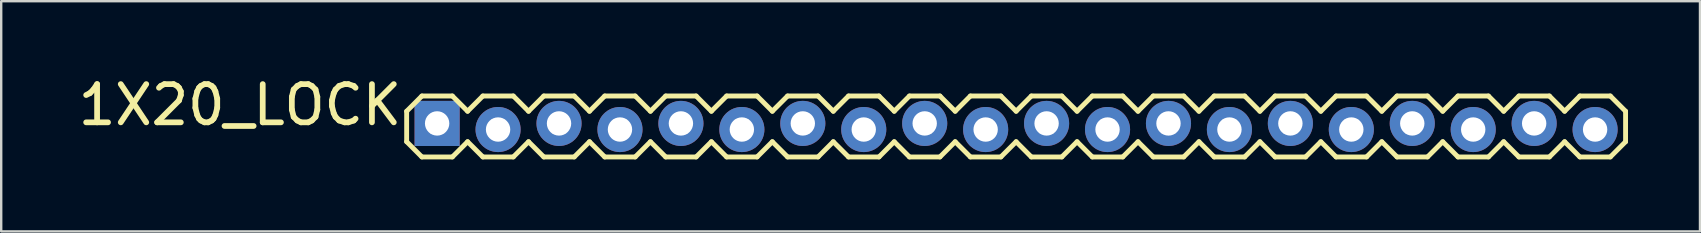
<source format=kicad_pcb>
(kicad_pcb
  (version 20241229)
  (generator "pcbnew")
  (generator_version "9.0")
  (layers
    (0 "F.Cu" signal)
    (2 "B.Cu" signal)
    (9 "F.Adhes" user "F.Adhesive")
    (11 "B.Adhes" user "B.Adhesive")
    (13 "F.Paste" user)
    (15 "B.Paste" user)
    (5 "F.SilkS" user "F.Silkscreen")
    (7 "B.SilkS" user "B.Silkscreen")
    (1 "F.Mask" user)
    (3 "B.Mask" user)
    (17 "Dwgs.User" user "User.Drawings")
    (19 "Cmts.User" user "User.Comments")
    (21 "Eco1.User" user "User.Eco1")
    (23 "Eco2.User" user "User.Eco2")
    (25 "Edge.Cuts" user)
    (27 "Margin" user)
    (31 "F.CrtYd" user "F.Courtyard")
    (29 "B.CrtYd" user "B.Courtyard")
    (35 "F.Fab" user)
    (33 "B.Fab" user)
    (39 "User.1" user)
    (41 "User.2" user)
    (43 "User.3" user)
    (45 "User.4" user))
  (footprint "1X20_LOCK"
    (layer "F.Cu")
    (at 15.168 2.221)
    (property "Reference" "1X20_LOCK" (at -1.346 -1.829 180) (layer "F.SilkS") (effects (font (size 1.593 1.593) (thickness 0.239)) (justify right top)))
    (attr through_hole)
    (fp_line (start -1.27 -0.635) (end -1.27 0.635) (stroke (width 0.203) (type solid)) (layer "F.SilkS"))
    (fp_line (start -1.27 0.635) (end -0.635 1.27) (stroke (width 0.203) (type solid)) (layer "F.SilkS"))
    (fp_line (start -0.635 -1.27) (end -1.27 -0.635) (stroke (width 0.203) (type solid)) (layer "F.SilkS"))
    (fp_line (start -0.635 -1.27) (end 0.635 -1.27) (stroke (width 0.203) (type solid)) (layer "F.SilkS"))
    (fp_line (start 0.635 -1.27) (end 1.27 -0.635) (stroke (width 0.203) (type solid)) (layer "F.SilkS"))
    (fp_line (start 0.635 1.27) (end -0.635 1.27) (stroke (width 0.203) (type solid)) (layer "F.SilkS"))
    (fp_line (start 1.27 -0.635) (end 1.905 -1.27) (stroke (width 0.203) (type solid)) (layer "F.SilkS"))
    (fp_line (start 1.27 0.635) (end 0.635 1.27) (stroke (width 0.203) (type solid)) (layer "F.SilkS"))
    (fp_line (start 1.905 -1.27) (end 3.175 -1.27) (stroke (width 0.203) (type solid)) (layer "F.SilkS"))
    (fp_line (start 1.905 1.27) (end 1.27 0.635) (stroke (width 0.203) (type solid)) (layer "F.SilkS"))
    (fp_line (start 3.175 -1.27) (end 3.81 -0.635) (stroke (width 0.203) (type solid)) (layer "F.SilkS"))
    (fp_line (start 3.175 1.27) (end 1.905 1.27) (stroke (width 0.203) (type solid)) (layer "F.SilkS"))
    (fp_line (start 3.81 -0.635) (end 4.445 -1.27) (stroke (width 0.203) (type solid)) (layer "F.SilkS"))
    (fp_line (start 3.81 0.635) (end 3.175 1.27) (stroke (width 0.203) (type solid)) (layer "F.SilkS"))
    (fp_line (start 4.445 -1.27) (end 5.715 -1.27) (stroke (width 0.203) (type solid)) (layer "F.SilkS"))
    (fp_line (start 4.445 1.27) (end 3.81 0.635) (stroke (width 0.203) (type solid)) (layer "F.SilkS"))
    (fp_line (start 5.715 -1.27) (end 6.35 -0.635) (stroke (width 0.203) (type solid)) (layer "F.SilkS"))
    (fp_line (start 5.715 1.27) (end 4.445 1.27) (stroke (width 0.203) (type solid)) (layer "F.SilkS"))
    (fp_line (start 6.35 0.635) (end 5.715 1.27) (stroke (width 0.203) (type solid)) (layer "F.SilkS"))
    (fp_line (start 6.35 0.635) (end 6.985 1.27) (stroke (width 0.203) (type solid)) (layer "F.SilkS"))
    (fp_line (start 6.985 -1.27) (end 6.35 -0.635) (stroke (width 0.203) (type solid)) (layer "F.SilkS"))
    (fp_line (start 6.985 -1.27) (end 8.255 -1.27) (stroke (width 0.203) (type solid)) (layer "F.SilkS"))
    (fp_line (start 8.255 -1.27) (end 8.89 -0.635) (stroke (width 0.203) (type solid)) (layer "F.SilkS"))
    (fp_line (start 8.255 1.27) (end 6.985 1.27) (stroke (width 0.203) (type solid)) (layer "F.SilkS"))
    (fp_line (start 8.89 -0.635) (end 9.525 -1.27) (stroke (width 0.203) (type solid)) (layer "F.SilkS"))
    (fp_line (start 8.89 0.635) (end 8.255 1.27) (stroke (width 0.203) (type solid)) (layer "F.SilkS"))
    (fp_line (start 9.525 -1.27) (end 10.795 -1.27) (stroke (width 0.203) (type solid)) (layer "F.SilkS"))
    (fp_line (start 9.525 1.27) (end 8.89 0.635) (stroke (width 0.203) (type solid)) (layer "F.SilkS"))
    (fp_line (start 10.795 -1.27) (end 11.43 -0.635) (stroke (width 0.203) (type solid)) (layer "F.SilkS"))
    (fp_line (start 10.795 1.27) (end 9.525 1.27) (stroke (width 0.203) (type solid)) (layer "F.SilkS"))
    (fp_line (start 11.43 -0.635) (end 12.065 -1.27) (stroke (width 0.203) (type solid)) (layer "F.SilkS"))
    (fp_line (start 11.43 0.635) (end 10.795 1.27) (stroke (width 0.203) (type solid)) (layer "F.SilkS"))
    (fp_line (start 12.065 -1.27) (end 13.335 -1.27) (stroke (width 0.203) (type solid)) (layer "F.SilkS"))
    (fp_line (start 12.065 1.27) (end 11.43 0.635) (stroke (width 0.203) (type solid)) (layer "F.SilkS"))
    (fp_line (start 13.335 -1.27) (end 13.97 -0.635) (stroke (width 0.203) (type solid)) (layer "F.SilkS"))
    (fp_line (start 13.335 1.27) (end 12.065 1.27) (stroke (width 0.203) (type solid)) (layer "F.SilkS"))
    (fp_line (start 13.97 0.635) (end 13.335 1.27) (stroke (width 0.203) (type solid)) (layer "F.SilkS"))
    (fp_line (start 13.97 0.635) (end 14.605 1.27) (stroke (width 0.203) (type solid)) (layer "F.SilkS"))
    (fp_line (start 14.605 -1.27) (end 13.97 -0.635) (stroke (width 0.203) (type solid)) (layer "F.SilkS"))
    (fp_line (start 14.605 -1.27) (end 15.875 -1.27) (stroke (width 0.203) (type solid)) (layer "F.SilkS"))
    (fp_line (start 15.875 -1.27) (end 16.51 -0.635) (stroke (width 0.203) (type solid)) (layer "F.SilkS"))
    (fp_line (start 15.875 1.27) (end 14.605 1.27) (stroke (width 0.203) (type solid)) (layer "F.SilkS"))
    (fp_line (start 16.51 0.635) (end 15.875 1.27) (stroke (width 0.203) (type solid)) (layer "F.SilkS"))
    (fp_line (start 16.51 0.635) (end 17.145 1.27) (stroke (width 0.203) (type solid)) (layer "F.SilkS"))
    (fp_line (start 17.145 -1.27) (end 16.51 -0.635) (stroke (width 0.203) (type solid)) (layer "F.SilkS"))
    (fp_line (start 17.145 -1.27) (end 18.415 -1.27) (stroke (width 0.203) (type solid)) (layer "F.SilkS"))
    (fp_line (start 18.415 -1.27) (end 19.05 -0.635) (stroke (width 0.203) (type solid)) (layer "F.SilkS"))
    (fp_line (start 18.415 1.27) (end 17.145 1.27) (stroke (width 0.203) (type solid)) (layer "F.SilkS"))
    (fp_line (start 19.05 -0.635) (end 19.685 -1.27) (stroke (width 0.203) (type solid)) (layer "F.SilkS"))
    (fp_line (start 19.05 0.635) (end 18.415 1.27) (stroke (width 0.203) (type solid)) (layer "F.SilkS"))
    (fp_line (start 19.685 -1.27) (end 20.955 -1.27) (stroke (width 0.203) (type solid)) (layer "F.SilkS"))
    (fp_line (start 19.685 1.27) (end 19.05 0.635) (stroke (width 0.203) (type solid)) (layer "F.SilkS"))
    (fp_line (start 20.955 -1.27) (end 21.59 -0.635) (stroke (width 0.203) (type solid)) (layer "F.SilkS"))
    (fp_line (start 20.955 1.27) (end 19.685 1.27) (stroke (width 0.203) (type solid)) (layer "F.SilkS"))
    (fp_line (start 21.59 -0.635) (end 22.225 -1.27) (stroke (width 0.203) (type solid)) (layer "F.SilkS"))
    (fp_line (start 21.59 0.635) (end 20.955 1.27) (stroke (width 0.203) (type solid)) (layer "F.SilkS"))
    (fp_line (start 22.225 -1.27) (end 23.495 -1.27) (stroke (width 0.203) (type solid)) (layer "F.SilkS"))
    (fp_line (start 22.225 1.27) (end 21.59 0.635) (stroke (width 0.203) (type solid)) (layer "F.SilkS"))
    (fp_line (start 23.495 -1.27) (end 24.13 -0.635) (stroke (width 0.203) (type solid)) (layer "F.SilkS"))
    (fp_line (start 23.495 1.27) (end 22.225 1.27) (stroke (width 0.203) (type solid)) (layer "F.SilkS"))
    (fp_line (start 24.13 0.635) (end 23.495 1.27) (stroke (width 0.203) (type solid)) (layer "F.SilkS"))
    (fp_line (start 24.13 0.635) (end 24.765 1.27) (stroke (width 0.203) (type solid)) (layer "F.SilkS"))
    (fp_line (start 24.765 -1.27) (end 24.13 -0.635) (stroke (width 0.203) (type solid)) (layer "F.SilkS"))
    (fp_line (start 24.765 -1.27) (end 26.035 -1.27) (stroke (width 0.203) (type solid)) (layer "F.SilkS"))
    (fp_line (start 26.035 -1.27) (end 26.67 -0.635) (stroke (width 0.203) (type solid)) (layer "F.SilkS"))
    (fp_line (start 26.035 1.27) (end 24.765 1.27) (stroke (width 0.203) (type solid)) (layer "F.SilkS"))
    (fp_line (start 26.67 -0.635) (end 27.305 -1.27) (stroke (width 0.203) (type solid)) (layer "F.SilkS"))
    (fp_line (start 26.67 0.635) (end 26.035 1.27) (stroke (width 0.203) (type solid)) (layer "F.SilkS"))
    (fp_line (start 27.305 -1.27) (end 28.575 -1.27) (stroke (width 0.203) (type solid)) (layer "F.SilkS"))
    (fp_line (start 27.305 1.27) (end 26.67 0.635) (stroke (width 0.203) (type solid)) (layer "F.SilkS"))
    (fp_line (start 28.575 -1.27) (end 29.21 -0.635) (stroke (width 0.203) (type solid)) (layer "F.SilkS"))
    (fp_line (start 28.575 1.27) (end 27.305 1.27) (stroke (width 0.203) (type solid)) (layer "F.SilkS"))
    (fp_line (start 29.21 -0.635) (end 29.845 -1.27) (stroke (width 0.203) (type solid)) (layer "F.SilkS"))
    (fp_line (start 29.21 0.635) (end 28.575 1.27) (stroke (width 0.203) (type solid)) (layer "F.SilkS"))
    (fp_line (start 29.845 -1.27) (end 31.115 -1.27) (stroke (width 0.203) (type solid)) (layer "F.SilkS"))
    (fp_line (start 29.845 1.27) (end 29.21 0.635) (stroke (width 0.203) (type solid)) (layer "F.SilkS"))
    (fp_line (start 31.115 -1.27) (end 31.75 -0.635) (stroke (width 0.203) (type solid)) (layer "F.SilkS"))
    (fp_line (start 31.115 1.27) (end 29.845 1.27) (stroke (width 0.203) (type solid)) (layer "F.SilkS"))
    (fp_line (start 31.75 0.635) (end 31.115 1.27) (stroke (width 0.203) (type solid)) (layer "F.SilkS"))
    (fp_line (start 31.75 0.635) (end 32.385 1.27) (stroke (width 0.203) (type solid)) (layer "F.SilkS"))
    (fp_line (start 32.385 -1.27) (end 31.75 -0.635) (stroke (width 0.203) (type solid)) (layer "F.SilkS"))
    (fp_line (start 32.385 -1.27) (end 33.655 -1.27) (stroke (width 0.203) (type solid)) (layer "F.SilkS"))
    (fp_line (start 33.655 -1.27) (end 34.29 -0.635) (stroke (width 0.203) (type solid)) (layer "F.SilkS"))
    (fp_line (start 33.655 1.27) (end 32.385 1.27) (stroke (width 0.203) (type solid)) (layer "F.SilkS"))
    (fp_line (start 34.29 0.635) (end 33.655 1.27) (stroke (width 0.203) (type solid)) (layer "F.SilkS"))
    (fp_line (start 34.29 0.635) (end 34.925 1.27) (stroke (width 0.203) (type solid)) (layer "F.SilkS"))
    (fp_line (start 34.925 -1.27) (end 34.29 -0.635) (stroke (width 0.203) (type solid)) (layer "F.SilkS"))
    (fp_line (start 34.925 -1.27) (end 36.195 -1.27) (stroke (width 0.203) (type solid)) (layer "F.SilkS"))
    (fp_line (start 36.195 -1.27) (end 36.83 -0.635) (stroke (width 0.203) (type solid)) (layer "F.SilkS"))
    (fp_line (start 36.195 1.27) (end 34.925 1.27) (stroke (width 0.203) (type solid)) (layer "F.SilkS"))
    (fp_line (start 36.83 0.635) (end 36.195 1.27) (stroke (width 0.203) (type solid)) (layer "F.SilkS"))
    (fp_line (start 36.83 0.635) (end 37.465 1.27) (stroke (width 0.203) (type solid)) (layer "F.SilkS"))
    (fp_line (start 37.465 -1.27) (end 36.83 -0.635) (stroke (width 0.203) (type solid)) (layer "F.SilkS"))
    (fp_line (start 37.465 -1.27) (end 38.735 -1.27) (stroke (width 0.203) (type solid)) (layer "F.SilkS"))
    (fp_line (start 38.735 -1.27) (end 39.37 -0.635) (stroke (width 0.203) (type solid)) (layer "F.SilkS"))
    (fp_line (start 38.735 1.27) (end 37.465 1.27) (stroke (width 0.203) (type solid)) (layer "F.SilkS"))
    (fp_line (start 39.37 0.635) (end 38.735 1.27) (stroke (width 0.203) (type solid)) (layer "F.SilkS"))
    (fp_line (start 39.37 0.635) (end 40.005 1.27) (stroke (width 0.203) (type solid)) (layer "F.SilkS"))
    (fp_line (start 40.005 -1.27) (end 39.37 -0.635) (stroke (width 0.203) (type solid)) (layer "F.SilkS"))
    (fp_line (start 40.005 -1.27) (end 41.275 -1.27) (stroke (width 0.203) (type solid)) (layer "F.SilkS"))
    (fp_line (start 41.275 -1.27) (end 41.91 -0.635) (stroke (width 0.203) (type solid)) (layer "F.SilkS"))
    (fp_line (start 41.275 1.27) (end 40.005 1.27) (stroke (width 0.203) (type solid)) (layer "F.SilkS"))
    (fp_line (start 41.91 0.635) (end 41.275 1.27) (stroke (width 0.203) (type solid)) (layer "F.SilkS"))
    (fp_line (start 41.91 0.635) (end 42.545 1.27) (stroke (width 0.203) (type solid)) (layer "F.SilkS"))
    (fp_line (start 42.545 -1.27) (end 41.91 -0.635) (stroke (width 0.203) (type solid)) (layer "F.SilkS"))
    (fp_line (start 42.545 -1.27) (end 43.815 -1.27) (stroke (width 0.203) (type solid)) (layer "F.SilkS"))
    (fp_line (start 43.815 -1.27) (end 44.45 -0.635) (stroke (width 0.203) (type solid)) (layer "F.SilkS"))
    (fp_line (start 43.815 1.27) (end 42.545 1.27) (stroke (width 0.203) (type solid)) (layer "F.SilkS"))
    (fp_line (start 44.45 0.635) (end 43.815 1.27) (stroke (width 0.203) (type solid)) (layer "F.SilkS"))
    (fp_line (start 44.45 0.635) (end 45.085 1.27) (stroke (width 0.203) (type solid)) (layer "F.SilkS"))
    (fp_line (start 45.085 -1.27) (end 44.45 -0.635) (stroke (width 0.203) (type solid)) (layer "F.SilkS"))
    (fp_line (start 45.085 -1.27) (end 46.355 -1.27) (stroke (width 0.203) (type solid)) (layer "F.SilkS"))
    (fp_line (start 46.355 -1.27) (end 46.99 -0.635) (stroke (width 0.203) (type solid)) (layer "F.SilkS"))
    (fp_line (start 46.355 1.27) (end 45.085 1.27) (stroke (width 0.203) (type solid)) (layer "F.SilkS"))
    (fp_line (start 46.99 0.635) (end 46.355 1.27) (stroke (width 0.203) (type solid)) (layer "F.SilkS"))
    (fp_line (start 46.99 0.635) (end 47.625 1.27) (stroke (width 0.203) (type solid)) (layer "F.SilkS"))
    (fp_line (start 47.625 -1.27) (end 46.99 -0.635) (stroke (width 0.203) (type solid)) (layer "F.SilkS"))
    (fp_line (start 47.625 -1.27) (end 48.895 -1.27) (stroke (width 0.203) (type solid)) (layer "F.SilkS"))
    (fp_line (start 48.895 -1.27) (end 49.53 -0.635) (stroke (width 0.203) (type solid)) (layer "F.SilkS"))
    (fp_line (start 48.895 1.27) (end 47.625 1.27) (stroke (width 0.203) (type solid)) (layer "F.SilkS"))
    (fp_line (start 49.53 -0.635) (end 49.53 0.635) (stroke (width 0.203) (type solid)) (layer "F.SilkS"))
    (fp_line (start 49.53 0.635) (end 48.895 1.27) (stroke (width 0.203) (type solid)) (layer "F.SilkS"))
    (fp_poly (pts (xy -0.254 0.254) (xy 0.254 0.254) (xy 0.254 -0.254) (xy -0.254 -0.254)) (stroke (width 0.1) (type solid)) (fill no) (layer "F.Fab"))
    (fp_poly (pts (xy 2.286 0.254) (xy 2.794 0.254) (xy 2.794 -0.254) (xy 2.286 -0.254)) (stroke (width 0.1) (type solid)) (fill no) (layer "F.Fab"))
    (fp_poly (pts (xy 4.826 0.254) (xy 5.334 0.254) (xy 5.334 -0.254) (xy 4.826 -0.254)) (stroke (width 0.1) (type solid)) (fill no) (layer "F.Fab"))
    (fp_poly (pts (xy 7.366 0.254) (xy 7.874 0.254) (xy 7.874 -0.254) (xy 7.366 -0.254)) (stroke (width 0.1) (type solid)) (fill no) (layer "F.Fab"))
    (fp_poly (pts (xy 9.906 0.254) (xy 10.414 0.254) (xy 10.414 -0.254) (xy 9.906 -0.254)) (stroke (width 0.1) (type solid)) (fill no) (layer "F.Fab"))
    (fp_poly (pts (xy 12.446 0.254) (xy 12.954 0.254) (xy 12.954 -0.254) (xy 12.446 -0.254)) (stroke (width 0.1) (type solid)) (fill no) (layer "F.Fab"))
    (fp_poly (pts (xy 14.986 0.254) (xy 15.494 0.254) (xy 15.494 -0.254) (xy 14.986 -0.254)) (stroke (width 0.1) (type solid)) (fill no) (layer "F.Fab"))
    (fp_poly (pts (xy 17.526 0.254) (xy 18.034 0.254) (xy 18.034 -0.254) (xy 17.526 -0.254)) (stroke (width 0.1) (type solid)) (fill no) (layer "F.Fab"))
    (fp_poly (pts (xy 20.066 0.254) (xy 20.574 0.254) (xy 20.574 -0.254) (xy 20.066 -0.254)) (stroke (width 0.1) (type solid)) (fill no) (layer "F.Fab"))
    (fp_poly (pts (xy 22.606 0.254) (xy 23.114 0.254) (xy 23.114 -0.254) (xy 22.606 -0.254)) (stroke (width 0.1) (type solid)) (fill no) (layer "F.Fab"))
    (fp_poly (pts (xy 25.146 0.254) (xy 25.654 0.254) (xy 25.654 -0.254) (xy 25.146 -0.254)) (stroke (width 0.1) (type solid)) (fill no) (layer "F.Fab"))
    (fp_poly (pts (xy 27.686 0.254) (xy 28.194 0.254) (xy 28.194 -0.254) (xy 27.686 -0.254)) (stroke (width 0.1) (type solid)) (fill no) (layer "F.Fab"))
    (fp_poly (pts (xy 30.226 0.254) (xy 30.734 0.254) (xy 30.734 -0.254) (xy 30.226 -0.254)) (stroke (width 0.1) (type solid)) (fill no) (layer "F.Fab"))
    (fp_poly (pts (xy 32.766 0.254) (xy 33.274 0.254) (xy 33.274 -0.254) (xy 32.766 -0.254)) (stroke (width 0.1) (type solid)) (fill no) (layer "F.Fab"))
    (fp_poly (pts (xy 35.306 0.254) (xy 35.814 0.254) (xy 35.814 -0.254) (xy 35.306 -0.254)) (stroke (width 0.1) (type solid)) (fill no) (layer "F.Fab"))
    (fp_poly (pts (xy 37.846 0.254) (xy 38.354 0.254) (xy 38.354 -0.254) (xy 37.846 -0.254)) (stroke (width 0.1) (type solid)) (fill no) (layer "F.Fab"))
    (fp_poly (pts (xy 40.386 0.254) (xy 40.894 0.254) (xy 40.894 -0.254) (xy 40.386 -0.254)) (stroke (width 0.1) (type solid)) (fill no) (layer "F.Fab"))
    (fp_poly (pts (xy 42.926 0.254) (xy 43.434 0.254) (xy 43.434 -0.254) (xy 42.926 -0.254)) (stroke (width 0.1) (type solid)) (fill no) (layer "F.Fab"))
    (fp_poly (pts (xy 45.466 0.254) (xy 45.974 0.254) (xy 45.974 -0.254) (xy 45.466 -0.254)) (stroke (width 0.1) (type solid)) (fill no) (layer "F.Fab"))
    (fp_poly (pts (xy 48.006 0.254) (xy 48.514 0.254) (xy 48.514 -0.254) (xy 48.006 -0.254)) (stroke (width 0.1) (type solid)) (fill no) (layer "F.Fab"))
    (pad "1" thru_hole rect (at 0 -0.127 90) (size 1.88 1.88) (drill 1.016) (layers "*.Cu" "*.Mask"))
    (pad "2" thru_hole circle (at 2.54 0.127 90) (size 1.88 1.88) (drill 1.016) (layers "*.Cu" "*.Mask"))
    (pad "3" thru_hole circle (at 5.08 -0.127 90) (size 1.88 1.88) (drill 1.016) (layers "*.Cu" "*.Mask"))
    (pad "4" thru_hole circle (at 7.62 0.127 90) (size 1.88 1.88) (drill 1.016) (layers "*.Cu" "*.Mask"))
    (pad "5" thru_hole circle (at 10.16 -0.127 90) (size 1.88 1.88) (drill 1.016) (layers "*.Cu" "*.Mask"))
    (pad "6" thru_hole circle (at 12.7 0.127 90) (size 1.88 1.88) (drill 1.016) (layers "*.Cu" "*.Mask"))
    (pad "7" thru_hole circle (at 15.24 -0.127 90) (size 1.88 1.88) (drill 1.016) (layers "*.Cu" "*.Mask"))
    (pad "8" thru_hole circle (at 17.78 0.127 90) (size 1.88 1.88) (drill 1.016) (layers "*.Cu" "*.Mask"))
    (pad "9" thru_hole circle (at 20.32 -0.127 90) (size 1.88 1.88) (drill 1.016) (layers "*.Cu" "*.Mask"))
    (pad "10" thru_hole circle (at 22.86 0.127 90) (size 1.88 1.88) (drill 1.016) (layers "*.Cu" "*.Mask"))
    (pad "11" thru_hole circle (at 25.4 -0.127 90) (size 1.88 1.88) (drill 1.016) (layers "*.Cu" "*.Mask"))
    (pad "12" thru_hole circle (at 27.94 0.127 90) (size 1.88 1.88) (drill 1.016) (layers "*.Cu" "*.Mask"))
    (pad "13" thru_hole circle (at 30.48 -0.127 90) (size 1.88 1.88) (drill 1.016) (layers "*.Cu" "*.Mask"))
    (pad "14" thru_hole circle (at 33.02 0.127 90) (size 1.88 1.88) (drill 1.016) (layers "*.Cu" "*.Mask"))
    (pad "15" thru_hole circle (at 35.56 -0.127 90) (size 1.88 1.88) (drill 1.016) (layers "*.Cu" "*.Mask"))
    (pad "16" thru_hole circle (at 38.1 0.127 90) (size 1.88 1.88) (drill 1.016) (layers "*.Cu" "*.Mask"))
    (pad "17" thru_hole circle (at 40.64 -0.127 90) (size 1.88 1.88) (drill 1.016) (layers "*.Cu" "*.Mask"))
    (pad "18" thru_hole circle (at 43.18 0.127 90) (size 1.88 1.88) (drill 1.016) (layers "*.Cu" "*.Mask"))
    (pad "19" thru_hole circle (at 45.72 -0.127 90) (size 1.88 1.88) (drill 1.016) (layers "*.Cu" "*.Mask"))
    (pad "20" thru_hole circle (at 48.26 0.127 90) (size 1.88 1.88) (drill 1.016) (layers "*.Cu" "*.Mask")))
  (gr_rect
    (start -3 -3)
    (end 67.799 6.593)
    (stroke (width 0.1) (type default))
    (fill no)
    (layer "Edge.Cuts")))
</source>
